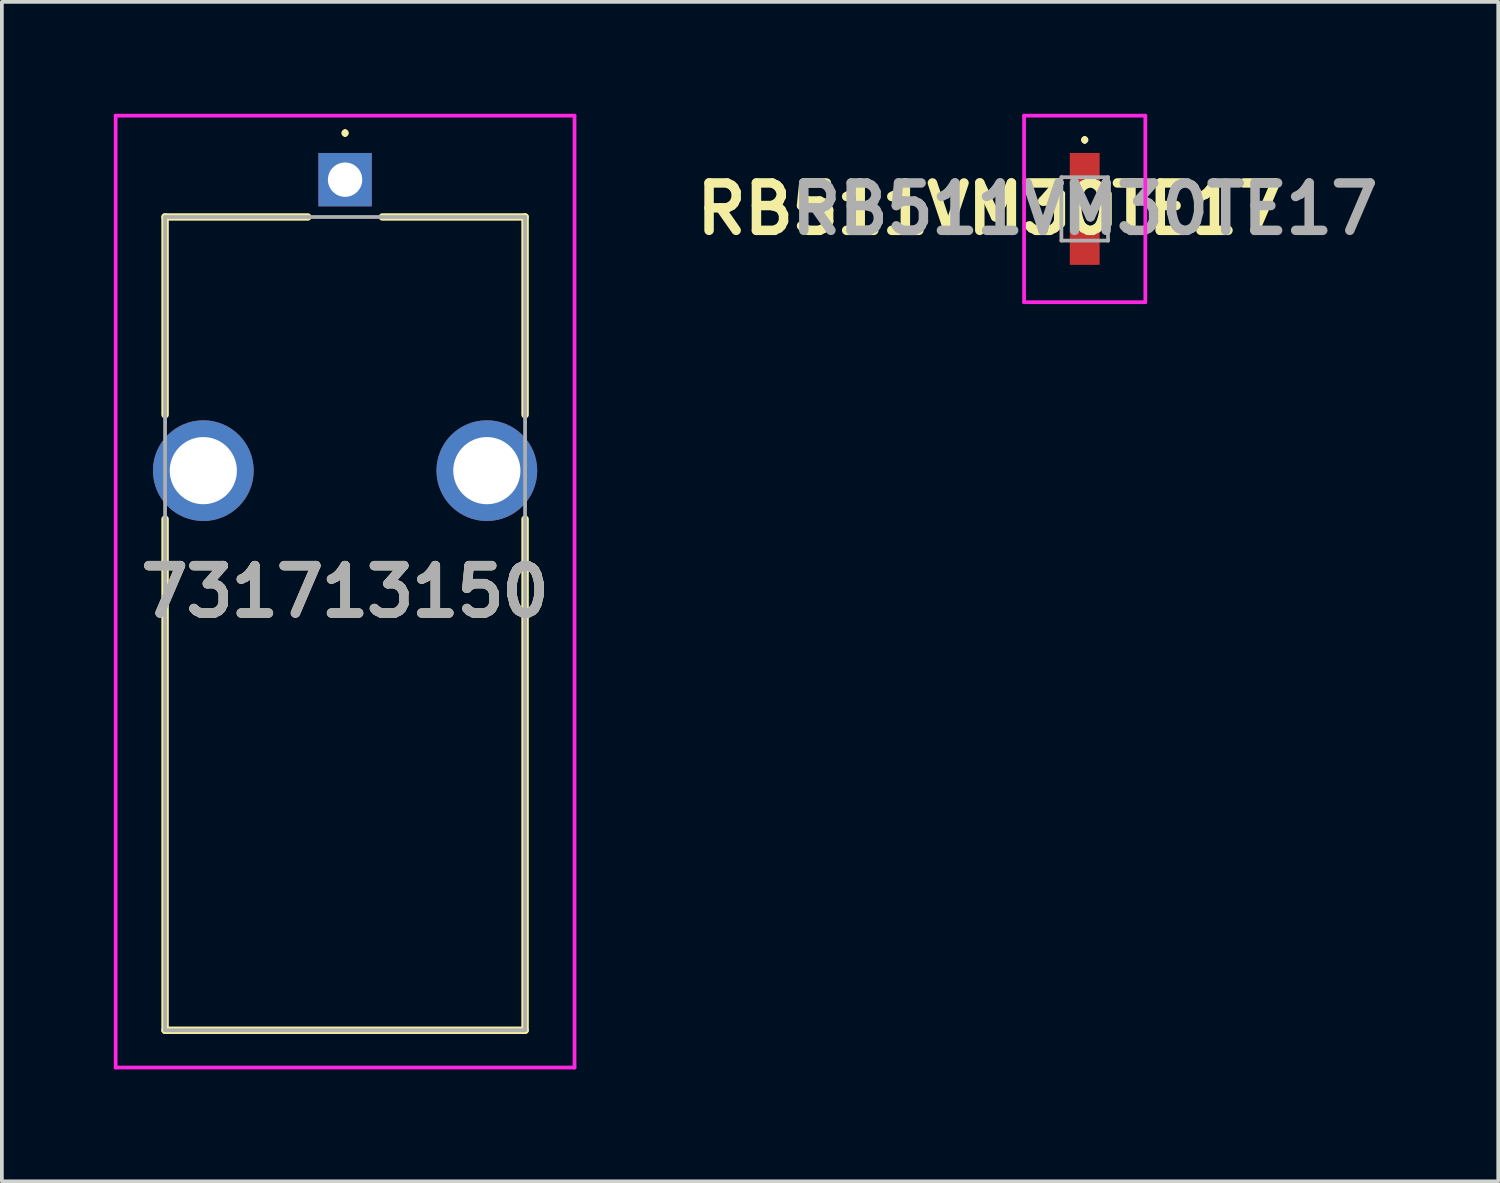
<source format=kicad_pcb>
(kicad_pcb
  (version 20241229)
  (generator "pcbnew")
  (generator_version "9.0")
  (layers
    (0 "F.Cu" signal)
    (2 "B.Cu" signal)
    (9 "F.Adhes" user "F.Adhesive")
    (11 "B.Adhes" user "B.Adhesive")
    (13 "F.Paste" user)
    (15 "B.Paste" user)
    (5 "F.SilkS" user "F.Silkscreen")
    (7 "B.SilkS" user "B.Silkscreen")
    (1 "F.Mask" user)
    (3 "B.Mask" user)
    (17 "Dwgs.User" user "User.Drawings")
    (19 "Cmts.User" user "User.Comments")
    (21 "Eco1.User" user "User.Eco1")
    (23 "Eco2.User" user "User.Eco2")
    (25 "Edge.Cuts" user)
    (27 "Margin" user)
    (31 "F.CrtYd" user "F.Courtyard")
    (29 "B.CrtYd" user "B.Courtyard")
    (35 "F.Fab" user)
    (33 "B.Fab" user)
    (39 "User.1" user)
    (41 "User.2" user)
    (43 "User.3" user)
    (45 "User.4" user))
  (footprint "RB511VM30TE17"
    (layer "F.Cu")
    (at 26.026 2.55)
    (property "Reference" "RB511VM30TE17" (at -2.54 0 0) (layer "F.SilkS") (effects (font (size 1.27 1.27) (thickness 0.254))))
    (attr smd)
    (fp_line (start -0.625 -0.4) (end -0.625 -0.4) (stroke (width 0.2) (type solid)) (layer "F.SilkS"))
    (fp_line (start -0.625 -0.4) (end -0.625 0.4) (stroke (width 0.2) (type solid)) (layer "F.SilkS"))
    (fp_line (start 0 -1.9) (end 0 -1.9) (stroke (width 0.1) (type solid)) (layer "F.SilkS"))
    (fp_line (start 0 -1.8) (end 0 -1.8) (stroke (width 0.1) (type solid)) (layer "F.SilkS"))
    (fp_line (start 0.625 -0.4) (end 0.625 0.4) (stroke (width 0.2) (type solid)) (layer "F.SilkS"))
    (fp_arc (start 0 -1.9) (mid 0.05 -1.85) (end 0 -1.8) (stroke (width 0.1) (type solid)) (layer "F.SilkS"))
    (fp_arc (start 0 -1.8) (mid -0.05 -1.85) (end 0 -1.9) (stroke (width 0.1) (type solid)) (layer "F.SilkS"))
    (fp_line (start -1.625 -2.5) (end 1.625 -2.5) (stroke (width 0.1) (type solid)) (layer "F.CrtYd"))
    (fp_line (start -1.625 2.5) (end -1.625 -2.5) (stroke (width 0.1) (type solid)) (layer "F.CrtYd"))
    (fp_line (start 1.625 -2.5) (end 1.625 2.5) (stroke (width 0.1) (type solid)) (layer "F.CrtYd"))
    (fp_line (start 1.625 2.5) (end -1.625 2.5) (stroke (width 0.1) (type solid)) (layer "F.CrtYd"))
    (fp_line (start -0.625 -0.85) (end 0.625 -0.85) (stroke (width 0.1) (type solid)) (layer "F.Fab"))
    (fp_line (start -0.625 0.85) (end -0.625 -0.85) (stroke (width 0.1) (type solid)) (layer "F.Fab"))
    (fp_line (start 0.625 -0.85) (end 0.625 0.85) (stroke (width 0.1) (type solid)) (layer "F.Fab"))
    (fp_line (start 0.625 0.85) (end -0.625 0.85) (stroke (width 0.1) (type solid)) (layer "F.Fab"))
    (fp_text user "${REFERENCE}" (at 0 0 0) (layer "F.Fab") (effects (font (size 1.27 1.27) (thickness 0.254))))
    (pad "1" smd rect (at 0 -1.05) (size 0.8 0.9) (layers "F.Cu" "F.Mask" "F.Paste"))
    (pad "2" smd rect (at 0 1.05) (size 0.8 0.9) (layers "F.Cu" "F.Mask" "F.Paste")))
  (footprint "731713150"
    (layer "F.Cu")
    (at 6.2 1.766)
    (property "Reference" "731713150" (at 0 11.042 0) (layer "F.SilkS") (effects (font (size 1.27 1.27) (thickness 0.254))))
    (attr through_hole)
    (fp_line (start -4.825 1) (end -4.825 6.3) (stroke (width 0.2) (type solid)) (layer "F.SilkS"))
    (fp_line (start -4.825 9.1) (end -4.825 22.8) (stroke (width 0.2) (type solid)) (layer "F.SilkS"))
    (fp_line (start -4.825 22.8) (end 4.825 22.8) (stroke (width 0.2) (type solid)) (layer "F.SilkS"))
    (fp_line (start -1 1) (end -4.825 1) (stroke (width 0.2) (type solid)) (layer "F.SilkS"))
    (fp_line (start 0 -1.3) (end 0 -1.3) (stroke (width 0.1) (type solid)) (layer "F.SilkS"))
    (fp_line (start 0 -1.2) (end 0 -1.2) (stroke (width 0.1) (type solid)) (layer "F.SilkS"))
    (fp_line (start 4.825 1) (end 1 1) (stroke (width 0.2) (type solid)) (layer "F.SilkS"))
    (fp_line (start 4.825 6.3) (end 4.825 1) (stroke (width 0.2) (type solid)) (layer "F.SilkS"))
    (fp_line (start 4.825 22.8) (end 4.825 9.1) (stroke (width 0.2) (type solid)) (layer "F.SilkS"))
    (fp_arc (start 0 -1.3) (mid 0.05 -1.25) (end 0 -1.2) (stroke (width 0.1) (type solid)) (layer "F.SilkS"))
    (fp_arc (start 0 -1.2) (mid -0.05 -1.25) (end 0 -1.3) (stroke (width 0.1) (type solid)) (layer "F.SilkS"))
    (fp_line (start -6.15 -1.716) (end 6.15 -1.716) (stroke (width 0.1) (type solid)) (layer "F.CrtYd"))
    (fp_line (start -6.15 23.8) (end -6.15 -1.716) (stroke (width 0.1) (type solid)) (layer "F.CrtYd"))
    (fp_line (start 6.15 -1.716) (end 6.15 23.8) (stroke (width 0.1) (type solid)) (layer "F.CrtYd"))
    (fp_line (start 6.15 23.8) (end -6.15 23.8) (stroke (width 0.1) (type solid)) (layer "F.CrtYd"))
    (fp_line (start -4.825 1) (end 4.825 1) (stroke (width 0.1) (type solid)) (layer "F.Fab"))
    (fp_line (start -4.825 22.8) (end -4.825 1) (stroke (width 0.1) (type solid)) (layer "F.Fab"))
    (fp_line (start 4.825 1) (end 4.825 22.8) (stroke (width 0.1) (type solid)) (layer "F.Fab"))
    (fp_line (start 4.825 22.8) (end -4.825 22.8) (stroke (width 0.1) (type solid)) (layer "F.Fab"))
    (fp_text user "${REFERENCE}" (at 0 11.042 0) (layer "F.Fab") (effects (font (size 1.27 1.27) (thickness 0.254))))
    (pad "1" thru_hole rect (at 0 0) (size 1.431 1.431) (drill 0.92) (layers "*.Cu" "*.Mask"))
    (pad "MH1" thru_hole circle (at -3.8 7.8) (size 2.7 2.7) (drill 1.8) (layers "*.Cu" "*.Mask"))
    (pad "MH2" thru_hole circle (at 3.8 7.8) (size 2.7 2.7) (drill 1.8) (layers "*.Cu" "*.Mask")))
  (gr_rect
    (start -3 -3)
    (end 37.111 28.616)
    (stroke (width 0.1) (type default))
    (fill no)
    (layer "Edge.Cuts")))
</source>
